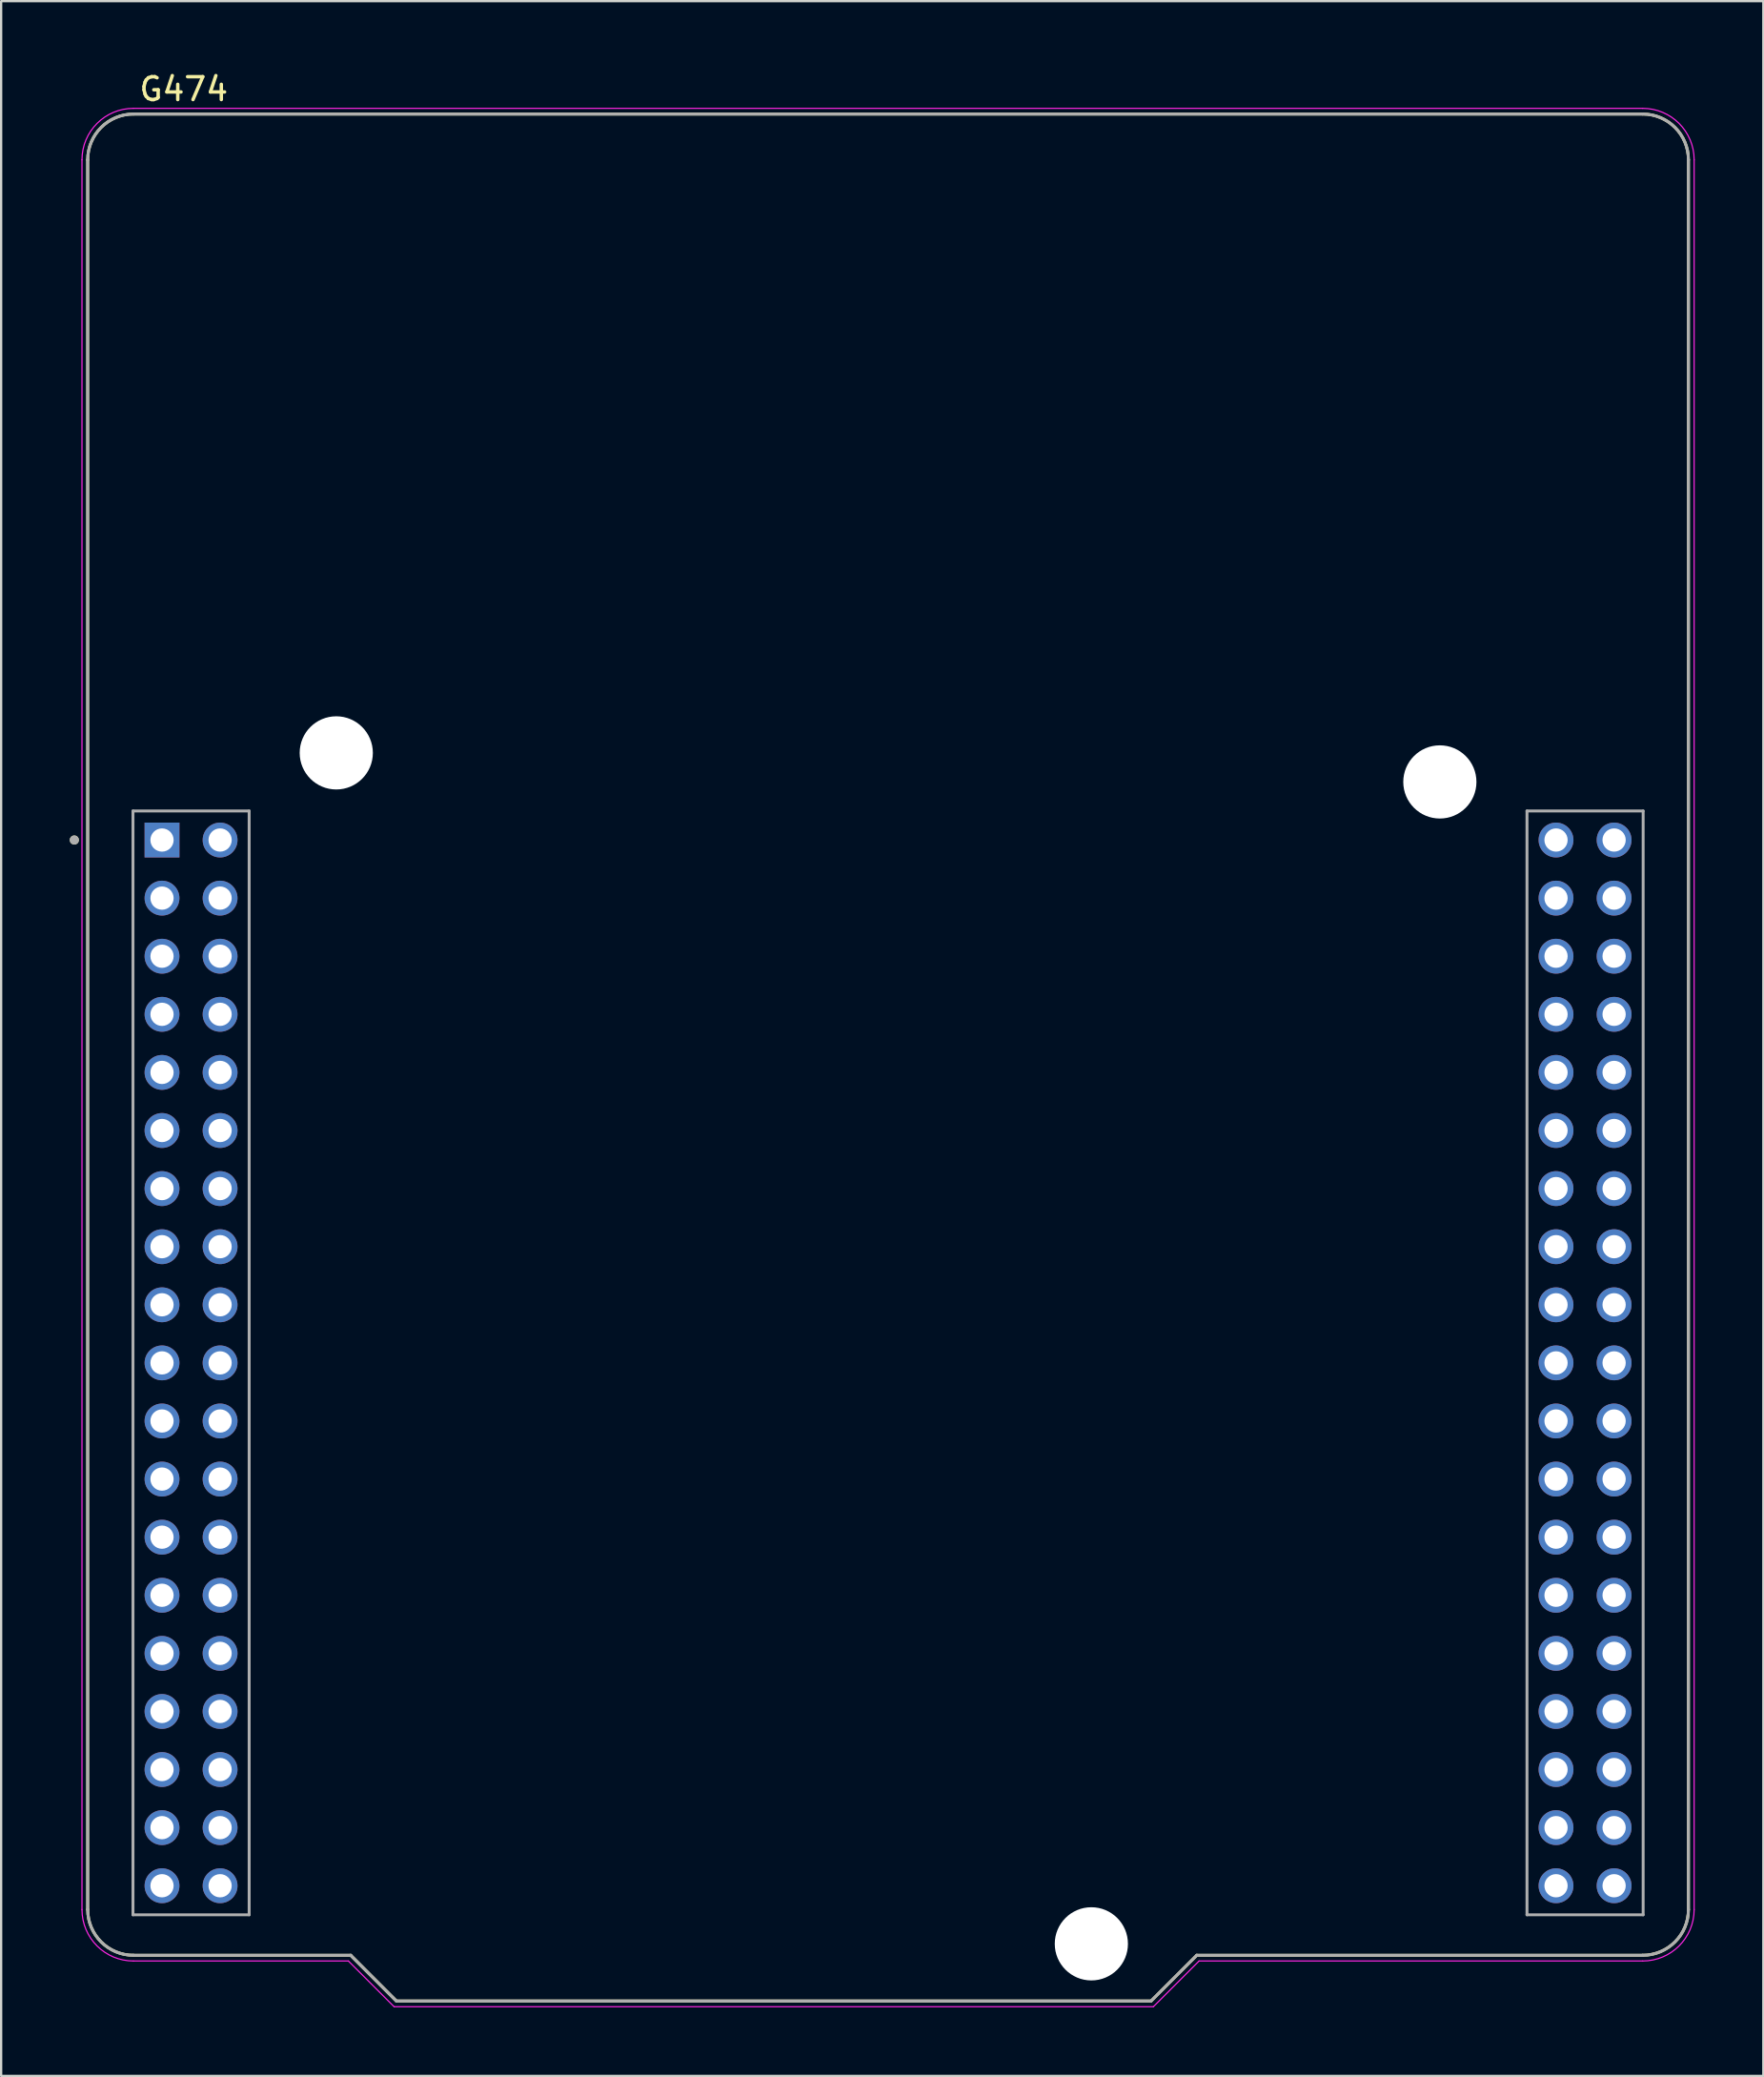
<source format=kicad_pcb>
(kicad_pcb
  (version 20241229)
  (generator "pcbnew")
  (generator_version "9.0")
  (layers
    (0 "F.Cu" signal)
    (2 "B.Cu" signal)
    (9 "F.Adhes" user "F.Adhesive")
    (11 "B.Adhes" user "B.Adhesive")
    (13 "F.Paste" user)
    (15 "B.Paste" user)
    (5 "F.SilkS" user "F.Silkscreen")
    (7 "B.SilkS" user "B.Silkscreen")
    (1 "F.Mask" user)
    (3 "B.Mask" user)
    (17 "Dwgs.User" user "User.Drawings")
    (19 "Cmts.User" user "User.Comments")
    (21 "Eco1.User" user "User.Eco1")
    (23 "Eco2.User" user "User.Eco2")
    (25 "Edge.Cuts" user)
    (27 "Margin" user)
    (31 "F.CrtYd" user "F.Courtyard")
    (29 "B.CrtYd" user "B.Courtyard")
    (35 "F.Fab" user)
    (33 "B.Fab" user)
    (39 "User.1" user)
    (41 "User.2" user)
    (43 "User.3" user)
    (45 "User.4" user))
  (footprint "G474"
    (layer "F.Cu")
    (at 35.785 43.187)
    (property "Reference" "G474" (at -30.8 -42.339 0) (layer "F.SilkS") (effects (font (size 1 1) (thickness 0.15))))
    (attr through_hole)
    (fp_line (start -35 -39.25) (end -35 37.25) (stroke (width 0.127) (type solid)) (layer "F.SilkS"))
    (fp_line (start -33 -41.25) (end 33 -41.25) (stroke (width 0.127) (type solid)) (layer "F.SilkS"))
    (fp_line (start -33 39.25) (end -23.5 39.25) (stroke (width 0.127) (type solid)) (layer "F.SilkS"))
    (fp_line (start -23.5 39.25) (end -21.5 41.25) (stroke (width 0.127) (type solid)) (layer "F.SilkS"))
    (fp_line (start -21.5 41.25) (end 11.5 41.25) (stroke (width 0.127) (type solid)) (layer "F.SilkS"))
    (fp_line (start 11.5 41.25) (end 13.5 39.25) (stroke (width 0.127) (type solid)) (layer "F.SilkS"))
    (fp_line (start 13.5 39.25) (end 33 39.25) (stroke (width 0.127) (type solid)) (layer "F.SilkS"))
    (fp_line (start 35 37.25) (end 35 -39.25) (stroke (width 0.127) (type solid)) (layer "F.SilkS"))
    (fp_arc (start -35 -39.25) (mid -34.414214 -40.664214) (end -33 -41.25) (stroke (width 0.127) (type solid)) (layer "F.SilkS"))
    (fp_arc (start -33 39.25) (mid -34.414214 38.664214) (end -35 37.25) (stroke (width 0.127) (type solid)) (layer "F.SilkS"))
    (fp_arc (start 33 -41.25) (mid 34.414214 -40.664214) (end 35 -39.25) (stroke (width 0.127) (type solid)) (layer "F.SilkS"))
    (fp_arc (start 35 37.25) (mid 34.414214 38.664214) (end 33 39.25) (stroke (width 0.127) (type solid)) (layer "F.SilkS"))
    (fp_circle (center -35.585 -9.51) (end -35.485 -9.51) (stroke (width 0.2) (type solid)) (fill no) (layer "F.SilkS"))
    (fp_line (start -35.25 -39.25) (end -35.25 37.25) (stroke (width 0.05) (type solid)) (layer "F.CrtYd"))
    (fp_line (start -33 -41.5) (end 33 -41.5) (stroke (width 0.05) (type solid)) (layer "F.CrtYd"))
    (fp_line (start -33 39.5) (end -23.6 39.5) (stroke (width 0.05) (type solid)) (layer "F.CrtYd"))
    (fp_line (start -23.6 39.5) (end -21.6 41.5) (stroke (width 0.05) (type solid)) (layer "F.CrtYd"))
    (fp_line (start -21.6 41.5) (end 11.6 41.5) (stroke (width 0.05) (type solid)) (layer "F.CrtYd"))
    (fp_line (start 11.6 41.5) (end 13.6 39.5) (stroke (width 0.05) (type solid)) (layer "F.CrtYd"))
    (fp_line (start 13.6 39.5) (end 33 39.5) (stroke (width 0.05) (type solid)) (layer "F.CrtYd"))
    (fp_line (start 35.25 37.25) (end 35.25 -39.25) (stroke (width 0.05) (type solid)) (layer "F.CrtYd"))
    (fp_arc (start -35.25 -39.25) (mid -34.59099 -40.84099) (end -33 -41.5) (stroke (width 0.05) (type solid)) (layer "F.CrtYd"))
    (fp_arc (start -33 39.5) (mid -34.59099 38.84099) (end -35.25 37.25) (stroke (width 0.05) (type solid)) (layer "F.CrtYd"))
    (fp_arc (start 33 -41.5) (mid 34.59099 -40.84099) (end 35.25 -39.25) (stroke (width 0.05) (type solid)) (layer "F.CrtYd"))
    (fp_arc (start 35.25 37.25) (mid 34.59099 38.84099) (end 33 39.5) (stroke (width 0.05) (type solid)) (layer "F.CrtYd"))
    (fp_line (start -35 -39.25) (end -35 37.25) (stroke (width 0.127) (type solid)) (layer "F.Fab"))
    (fp_line (start -33.02 -10.78) (end -27.94 -10.78) (stroke (width 0.127) (type solid)) (layer "F.Fab"))
    (fp_line (start -33.02 37.48) (end -33.02 -10.78) (stroke (width 0.127) (type solid)) (layer "F.Fab"))
    (fp_line (start -33 -41.25) (end 33 -41.25) (stroke (width 0.127) (type solid)) (layer "F.Fab"))
    (fp_line (start -33 39.25) (end -23.5 39.25) (stroke (width 0.127) (type solid)) (layer "F.Fab"))
    (fp_line (start -27.94 -10.78) (end -27.94 37.48) (stroke (width 0.127) (type solid)) (layer "F.Fab"))
    (fp_line (start -27.94 37.48) (end -33.02 37.48) (stroke (width 0.127) (type solid)) (layer "F.Fab"))
    (fp_line (start -23.5 39.25) (end -21.5 41.25) (stroke (width 0.127) (type solid)) (layer "F.Fab"))
    (fp_line (start -21.5 41.25) (end 11.5 41.25) (stroke (width 0.127) (type solid)) (layer "F.Fab"))
    (fp_line (start 11.5 41.25) (end 13.5 39.25) (stroke (width 0.127) (type solid)) (layer "F.Fab"))
    (fp_line (start 13.5 39.25) (end 33 39.25) (stroke (width 0.127) (type solid)) (layer "F.Fab"))
    (fp_line (start 27.94 -10.78) (end 33.02 -10.78) (stroke (width 0.127) (type solid)) (layer "F.Fab"))
    (fp_line (start 27.94 37.48) (end 27.94 -10.78) (stroke (width 0.127) (type solid)) (layer "F.Fab"))
    (fp_line (start 33.02 -10.78) (end 33.02 37.48) (stroke (width 0.127) (type solid)) (layer "F.Fab"))
    (fp_line (start 33.02 37.48) (end 27.94 37.48) (stroke (width 0.127) (type solid)) (layer "F.Fab"))
    (fp_line (start 35 37.25) (end 35 -39.25) (stroke (width 0.127) (type solid)) (layer "F.Fab"))
    (fp_arc (start -35 -39.25) (mid -34.414214 -40.664214) (end -33 -41.25) (stroke (width 0.127) (type solid)) (layer "F.Fab"))
    (fp_arc (start -33 39.25) (mid -34.414214 38.664214) (end -35 37.25) (stroke (width 0.127) (type solid)) (layer "F.Fab"))
    (fp_arc (start 33 -41.25) (mid 34.414214 -40.664214) (end 35 -39.25) (stroke (width 0.127) (type solid)) (layer "F.Fab"))
    (fp_arc (start 35 37.25) (mid 34.414214 38.664214) (end 33 39.25) (stroke (width 0.127) (type solid)) (layer "F.Fab"))
    (fp_circle (center -35.585 -9.51) (end -35.485 -9.51) (stroke (width 0.2) (type solid)) (fill no) (layer "F.Fab"))
    (pad "" np_thru_hole circle (at -24.13 -13.32) (size 3.2 3.2) (drill 3.2) (layers "*.Cu" "*.Mask"))
    (pad "" np_thru_hole circle (at 8.89 38.75) (size 3.2 3.2) (drill 3.2) (layers "*.Cu" "*.Mask"))
    (pad "" np_thru_hole circle (at 24.13 -12.05) (size 3.2 3.2) (drill 3.2) (layers "*.Cu" "*.Mask"))
    (pad "CN7_1" thru_hole rect (at -31.75 -9.51) (size 1.524 1.524) (drill 1.016) (layers "*.Cu" "*.Mask"))
    (pad "CN7_2" thru_hole circle (at -29.21 -9.51) (size 1.524 1.524) (drill 1.016) (layers "*.Cu" "*.Mask"))
    (pad "CN7_3" thru_hole circle (at -31.75 -6.97) (size 1.524 1.524) (drill 1.016) (layers "*.Cu" "*.Mask"))
    (pad "CN7_4" thru_hole circle (at -29.21 -6.97) (size 1.524 1.524) (drill 1.016) (layers "*.Cu" "*.Mask"))
    (pad "CN7_5" thru_hole circle (at -31.75 -4.43) (size 1.524 1.524) (drill 1.016) (layers "*.Cu" "*.Mask"))
    (pad "CN7_6" thru_hole circle (at -29.21 -4.43) (size 1.524 1.524) (drill 1.016) (layers "*.Cu" "*.Mask"))
    (pad "CN7_7" thru_hole circle (at -31.75 -1.89) (size 1.524 1.524) (drill 1.016) (layers "*.Cu" "*.Mask"))
    (pad "CN7_8" thru_hole circle (at -29.21 -1.89) (size 1.524 1.524) (drill 1.016) (layers "*.Cu" "*.Mask"))
    (pad "CN7_9" thru_hole circle (at -31.75 0.65) (size 1.524 1.524) (drill 1.016) (layers "*.Cu" "*.Mask"))
    (pad "CN7_10" thru_hole circle (at -29.21 0.65) (size 1.524 1.524) (drill 1.016) (layers "*.Cu" "*.Mask"))
    (pad "CN7_11" thru_hole circle (at -31.75 3.19) (size 1.524 1.524) (drill 1.016) (layers "*.Cu" "*.Mask"))
    (pad "CN7_12" thru_hole circle (at -29.21 3.19) (size 1.524 1.524) (drill 1.016) (layers "*.Cu" "*.Mask"))
    (pad "CN7_13" thru_hole circle (at -31.75 5.73) (size 1.524 1.524) (drill 1.016) (layers "*.Cu" "*.Mask"))
    (pad "CN7_14" thru_hole circle (at -29.21 5.73) (size 1.524 1.524) (drill 1.016) (layers "*.Cu" "*.Mask"))
    (pad "CN7_15" thru_hole circle (at -31.75 8.27) (size 1.524 1.524) (drill 1.016) (layers "*.Cu" "*.Mask"))
    (pad "CN7_16" thru_hole circle (at -29.21 8.27) (size 1.524 1.524) (drill 1.016) (layers "*.Cu" "*.Mask"))
    (pad "CN7_17" thru_hole circle (at -31.75 10.81) (size 1.524 1.524) (drill 1.016) (layers "*.Cu" "*.Mask"))
    (pad "CN7_18" thru_hole circle (at -29.21 10.81) (size 1.524 1.524) (drill 1.016) (layers "*.Cu" "*.Mask"))
    (pad "CN7_19" thru_hole circle (at -31.75 13.35) (size 1.524 1.524) (drill 1.016) (layers "*.Cu" "*.Mask"))
    (pad "CN7_20" thru_hole circle (at -29.21 13.35) (size 1.524 1.524) (drill 1.016) (layers "*.Cu" "*.Mask"))
    (pad "CN7_21" thru_hole circle (at -31.75 15.89) (size 1.524 1.524) (drill 1.016) (layers "*.Cu" "*.Mask"))
    (pad "CN7_22" thru_hole circle (at -29.21 15.89) (size 1.524 1.524) (drill 1.016) (layers "*.Cu" "*.Mask"))
    (pad "CN7_23" thru_hole circle (at -31.75 18.43) (size 1.524 1.524) (drill 1.016) (layers "*.Cu" "*.Mask"))
    (pad "CN7_24" thru_hole circle (at -29.21 18.43) (size 1.524 1.524) (drill 1.016) (layers "*.Cu" "*.Mask"))
    (pad "CN7_25" thru_hole circle (at -31.75 20.97) (size 1.524 1.524) (drill 1.016) (layers "*.Cu" "*.Mask"))
    (pad "CN7_26" thru_hole circle (at -29.21 20.97) (size 1.524 1.524) (drill 1.016) (layers "*.Cu" "*.Mask"))
    (pad "CN7_27" thru_hole circle (at -31.75 23.51) (size 1.524 1.524) (drill 1.016) (layers "*.Cu" "*.Mask"))
    (pad "CN7_28" thru_hole circle (at -29.21 23.51) (size 1.524 1.524) (drill 1.016) (layers "*.Cu" "*.Mask"))
    (pad "CN7_29" thru_hole circle (at -31.75 26.05) (size 1.524 1.524) (drill 1.016) (layers "*.Cu" "*.Mask"))
    (pad "CN7_30" thru_hole circle (at -29.21 26.05) (size 1.524 1.524) (drill 1.016) (layers "*.Cu" "*.Mask"))
    (pad "CN7_31" thru_hole circle (at -31.75 28.59) (size 1.524 1.524) (drill 1.016) (layers "*.Cu" "*.Mask"))
    (pad "CN7_32" thru_hole circle (at -29.21 28.59) (size 1.524 1.524) (drill 1.016) (layers "*.Cu" "*.Mask"))
    (pad "CN7_33" thru_hole circle (at -31.75 31.13) (size 1.524 1.524) (drill 1.016) (layers "*.Cu" "*.Mask"))
    (pad "CN7_34" thru_hole circle (at -29.21 31.13) (size 1.524 1.524) (drill 1.016) (layers "*.Cu" "*.Mask"))
    (pad "CN7_35" thru_hole circle (at -31.75 33.67) (size 1.524 1.524) (drill 1.016) (layers "*.Cu" "*.Mask"))
    (pad "CN7_36" thru_hole circle (at -29.21 33.67) (size 1.524 1.524) (drill 1.016) (layers "*.Cu" "*.Mask"))
    (pad "CN7_37" thru_hole circle (at -31.75 36.21) (size 1.524 1.524) (drill 1.016) (layers "*.Cu" "*.Mask"))
    (pad "CN7_38" thru_hole circle (at -29.21 36.21) (size 1.524 1.524) (drill 1.016) (layers "*.Cu" "*.Mask"))
    (pad "CN10_1" thru_hole circle (at 29.21 -9.51) (size 1.524 1.524) (drill 1.016) (layers "*.Cu" "*.Mask"))
    (pad "CN10_2" thru_hole circle (at 31.75 -9.51) (size 1.524 1.524) (drill 1.016) (layers "*.Cu" "*.Mask"))
    (pad "CN10_3" thru_hole circle (at 29.21 -6.97) (size 1.524 1.524) (drill 1.016) (layers "*.Cu" "*.Mask"))
    (pad "CN10_4" thru_hole circle (at 31.75 -6.97) (size 1.524 1.524) (drill 1.016) (layers "*.Cu" "*.Mask"))
    (pad "CN10_5" thru_hole circle (at 29.21 -4.43) (size 1.524 1.524) (drill 1.016) (layers "*.Cu" "*.Mask"))
    (pad "CN10_6" thru_hole circle (at 31.75 -4.43) (size 1.524 1.524) (drill 1.016) (layers "*.Cu" "*.Mask"))
    (pad "CN10_7" thru_hole circle (at 29.21 -1.89) (size 1.524 1.524) (drill 1.016) (layers "*.Cu" "*.Mask"))
    (pad "CN10_8" thru_hole circle (at 31.75 -1.89) (size 1.524 1.524) (drill 1.016) (layers "*.Cu" "*.Mask"))
    (pad "CN10_9" thru_hole circle (at 29.21 0.65) (size 1.524 1.524) (drill 1.016) (layers "*.Cu" "*.Mask"))
    (pad "CN10_10" thru_hole circle (at 31.75 0.65) (size 1.524 1.524) (drill 1.016) (layers "*.Cu" "*.Mask"))
    (pad "CN10_11" thru_hole circle (at 29.21 3.19) (size 1.524 1.524) (drill 1.016) (layers "*.Cu" "*.Mask"))
    (pad "CN10_12" thru_hole circle (at 31.75 3.19) (size 1.524 1.524) (drill 1.016) (layers "*.Cu" "*.Mask"))
    (pad "CN10_13" thru_hole circle (at 29.21 5.73) (size 1.524 1.524) (drill 1.016) (layers "*.Cu" "*.Mask"))
    (pad "CN10_14" thru_hole circle (at 31.75 5.73) (size 1.524 1.524) (drill 1.016) (layers "*.Cu" "*.Mask"))
    (pad "CN10_15" thru_hole circle (at 29.21 8.27) (size 1.524 1.524) (drill 1.016) (layers "*.Cu" "*.Mask"))
    (pad "CN10_16" thru_hole circle (at 31.75 8.27) (size 1.524 1.524) (drill 1.016) (layers "*.Cu" "*.Mask"))
    (pad "CN10_17" thru_hole circle (at 29.21 10.81) (size 1.524 1.524) (drill 1.016) (layers "*.Cu" "*.Mask"))
    (pad "CN10_18" thru_hole circle (at 31.75 10.81) (size 1.524 1.524) (drill 1.016) (layers "*.Cu" "*.Mask"))
    (pad "CN10_19" thru_hole circle (at 29.21 13.35) (size 1.524 1.524) (drill 1.016) (layers "*.Cu" "*.Mask"))
    (pad "CN10_20" thru_hole circle (at 31.75 13.35) (size 1.524 1.524) (drill 1.016) (layers "*.Cu" "*.Mask"))
    (pad "CN10_21" thru_hole circle (at 29.21 15.89) (size 1.524 1.524) (drill 1.016) (layers "*.Cu" "*.Mask"))
    (pad "CN10_22" thru_hole circle (at 31.75 15.89) (size 1.524 1.524) (drill 1.016) (layers "*.Cu" "*.Mask"))
    (pad "CN10_23" thru_hole circle (at 29.21 18.43) (size 1.524 1.524) (drill 1.016) (layers "*.Cu" "*.Mask"))
    (pad "CN10_24" thru_hole circle (at 31.75 18.43) (size 1.524 1.524) (drill 1.016) (layers "*.Cu" "*.Mask"))
    (pad "CN10_25" thru_hole circle (at 29.21 20.97) (size 1.524 1.524) (drill 1.016) (layers "*.Cu" "*.Mask"))
    (pad "CN10_26" thru_hole circle (at 31.75 20.97) (size 1.524 1.524) (drill 1.016) (layers "*.Cu" "*.Mask"))
    (pad "CN10_27" thru_hole circle (at 29.21 23.51) (size 1.524 1.524) (drill 1.016) (layers "*.Cu" "*.Mask"))
    (pad "CN10_28" thru_hole circle (at 31.75 23.51) (size 1.524 1.524) (drill 1.016) (layers "*.Cu" "*.Mask"))
    (pad "CN10_29" thru_hole circle (at 29.21 26.05) (size 1.524 1.524) (drill 1.016) (layers "*.Cu" "*.Mask"))
    (pad "CN10_30" thru_hole circle (at 31.75 26.05) (size 1.524 1.524) (drill 1.016) (layers "*.Cu" "*.Mask"))
    (pad "CN10_31" thru_hole circle (at 29.21 28.59) (size 1.524 1.524) (drill 1.016) (layers "*.Cu" "*.Mask"))
    (pad "CN10_32" thru_hole circle (at 31.75 28.59) (size 1.524 1.524) (drill 1.016) (layers "*.Cu" "*.Mask"))
    (pad "CN10_33" thru_hole circle (at 29.21 31.13) (size 1.524 1.524) (drill 1.016) (layers "*.Cu" "*.Mask"))
    (pad "CN10_34" thru_hole circle (at 31.75 31.13) (size 1.524 1.524) (drill 1.016) (layers "*.Cu" "*.Mask"))
    (pad "CN10_35" thru_hole circle (at 29.21 33.67) (size 1.524 1.524) (drill 1.016) (layers "*.Cu" "*.Mask"))
    (pad "CN10_36" thru_hole circle (at 31.75 33.67) (size 1.524 1.524) (drill 1.016) (layers "*.Cu" "*.Mask"))
    (pad "CN10_37" thru_hole circle (at 29.21 36.21) (size 1.524 1.524) (drill 1.016) (layers "*.Cu" "*.Mask"))
    (pad "CN10_38" thru_hole circle (at 31.75 36.21) (size 1.524 1.524) (drill 1.016) (layers "*.Cu" "*.Mask")))
  (gr_rect
    (start -3 -3)
    (end 74.06 87.712)
    (stroke (width 0.1) (type default))
    (fill no)
    (layer "Edge.Cuts")))
</source>
